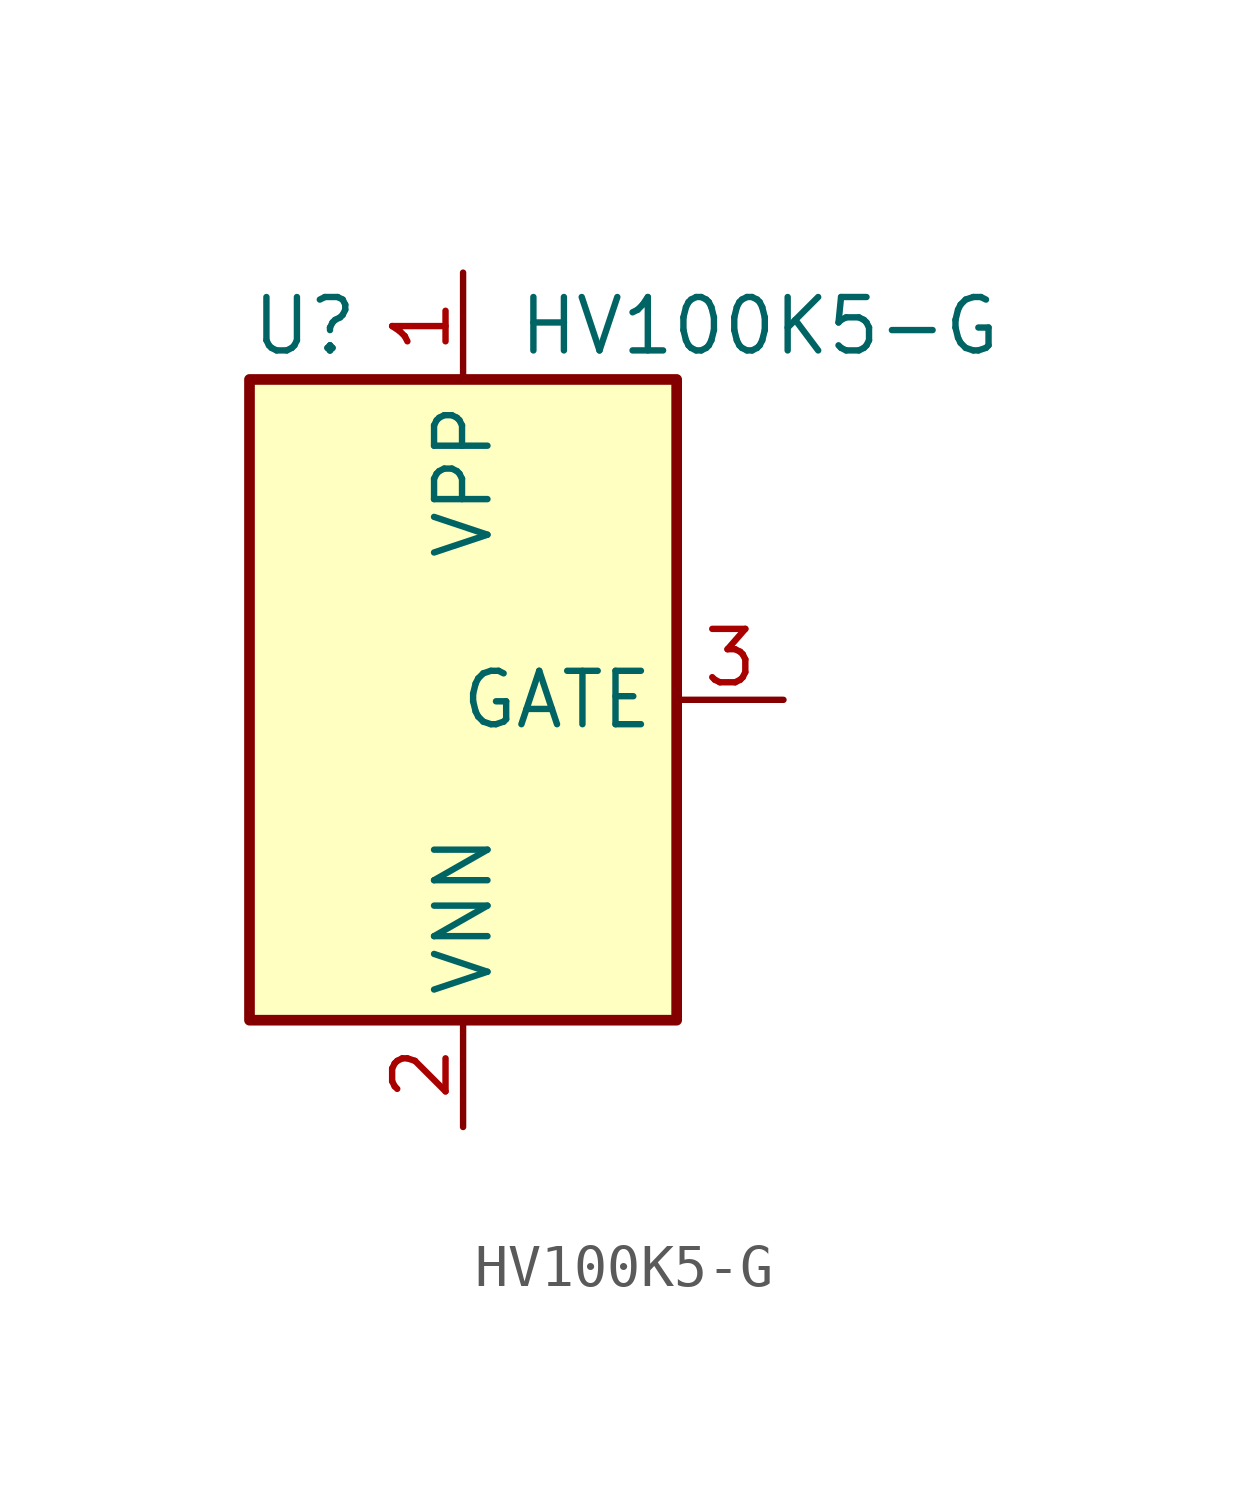
<source format=kicad_sym>
(kicad_symbol_lib
  (version 20220914)
  (generator kicad_symbol_editor)
  (symbol "HV100K5-G"
    (property "Reference" "U"
      (at -5.08 8.89 0)
      (effects (font (size 1.27 1.27)) (justify left)))
    (property "Value" "HV100K5-G"
      (at 1.27 8.89 0)
      (effects (font (size 1.27 1.27)) (justify left)))
    (symbol "HV100K5-G_0_1"
      (rectangle (start -5.08 7.62) (end 5.08 -7.62) (stroke (width 0.254) (type solid)) (fill (type background))))
    (symbol "HV100K5-G_1_1"
      (pin power_in line (at 0 10.16 270) (length 2.54) (name "VPP" (effects (font (size 1.27 1.27)))) (number "1" (effects (font (size 1.27 1.27)))))
      (pin power_in line (at 0 -10.16 90) (length 2.54) (name "VNN" (effects (font (size 1.27 1.27)))) (number "2" (effects (font (size 1.27 1.27)))))
      (pin output line (at 7.62 0 180) (length 2.54) (name "GATE" (effects (font (size 1.27 1.27)))) (number "3" (effects (font (size 1.27 1.27))))))))
</source>
